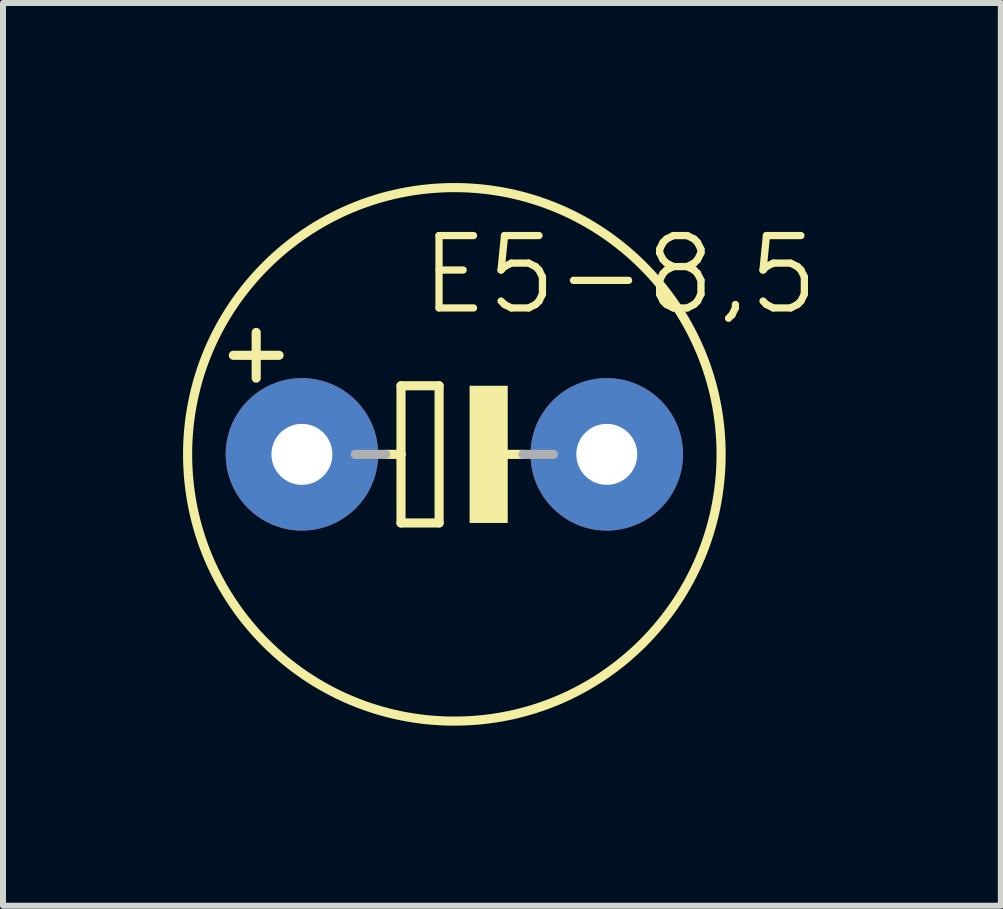
<source format=kicad_pcb>
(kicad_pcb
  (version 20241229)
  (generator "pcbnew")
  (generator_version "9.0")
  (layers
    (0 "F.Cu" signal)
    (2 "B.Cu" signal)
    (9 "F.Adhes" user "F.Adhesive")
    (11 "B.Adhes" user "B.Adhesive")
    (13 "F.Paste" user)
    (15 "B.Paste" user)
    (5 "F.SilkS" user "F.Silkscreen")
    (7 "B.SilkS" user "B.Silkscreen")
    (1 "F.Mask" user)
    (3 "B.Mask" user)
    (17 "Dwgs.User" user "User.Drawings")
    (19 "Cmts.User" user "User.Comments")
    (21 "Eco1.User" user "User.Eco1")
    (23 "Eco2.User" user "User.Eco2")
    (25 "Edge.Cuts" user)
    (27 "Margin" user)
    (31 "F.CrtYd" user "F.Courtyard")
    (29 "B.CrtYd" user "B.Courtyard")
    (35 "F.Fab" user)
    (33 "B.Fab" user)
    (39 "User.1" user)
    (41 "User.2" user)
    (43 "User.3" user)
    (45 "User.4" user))
  (footprint "E5-8,5"
    (layer "F.Cu")
    (at 4.521 4.521)
    (property "Reference" "E5-8,5" (at -0.622 -2.286 180) (layer "F.SilkS") (effects (font (size 1.206 1.206) (thickness 0.121)) (justify left bottom)))
    (attr through_hole)
    (fp_line (start -3.683 -1.651) (end -2.921 -1.651) (stroke (width 0.152) (type solid)) (layer "F.SilkS"))
    (fp_line (start -3.302 -2.032) (end -3.302 -1.27) (stroke (width 0.152) (type solid)) (layer "F.SilkS"))
    (fp_line (start -1.143 0) (end -0.889 0) (stroke (width 0.152) (type solid)) (layer "F.SilkS"))
    (fp_line (start -0.889 -1.143) (end -0.889 0) (stroke (width 0.152) (type solid)) (layer "F.SilkS"))
    (fp_line (start -0.889 0) (end -0.889 1.143) (stroke (width 0.152) (type solid)) (layer "F.SilkS"))
    (fp_line (start -0.889 1.143) (end -0.254 1.143) (stroke (width 0.152) (type solid)) (layer "F.SilkS"))
    (fp_line (start -0.254 -1.143) (end -0.889 -1.143) (stroke (width 0.152) (type solid)) (layer "F.SilkS"))
    (fp_line (start -0.254 1.143) (end -0.254 -1.143) (stroke (width 0.152) (type solid)) (layer "F.SilkS"))
    (fp_line (start 0.635 0) (end 1.143 0) (stroke (width 0.152) (type solid)) (layer "F.SilkS"))
    (fp_circle (center 0 0) (end 4.445 0) (stroke (width 0.152) (type solid)) (fill no) (layer "F.SilkS"))
    (fp_poly (pts (xy 0.254 1.143) (xy 0.889 1.143) (xy 0.889 -1.143) (xy 0.254 -1.143)) (stroke (width 0) (type solid)) (fill yes) (layer "F.SilkS"))
    (fp_line (start -1.651 0) (end -1.143 0) (stroke (width 0.152) (type solid)) (layer "F.Fab"))
    (fp_line (start 1.143 0) (end 1.651 0) (stroke (width 0.152) (type solid)) (layer "F.Fab"))
    (pad "+" thru_hole circle (at -2.54 0) (size 2.54 2.54) (drill 1.016) (layers "*.Cu" "*.Mask"))
    (pad "-" thru_hole circle (at 2.54 0) (size 2.54 2.54) (drill 1.016) (layers "*.Cu" "*.Mask")))
  (gr_rect
    (start -3 -3)
    (end 13.627 12.042)
    (stroke (width 0.1) (type default))
    (fill no)
    (layer "Edge.Cuts")))
</source>
